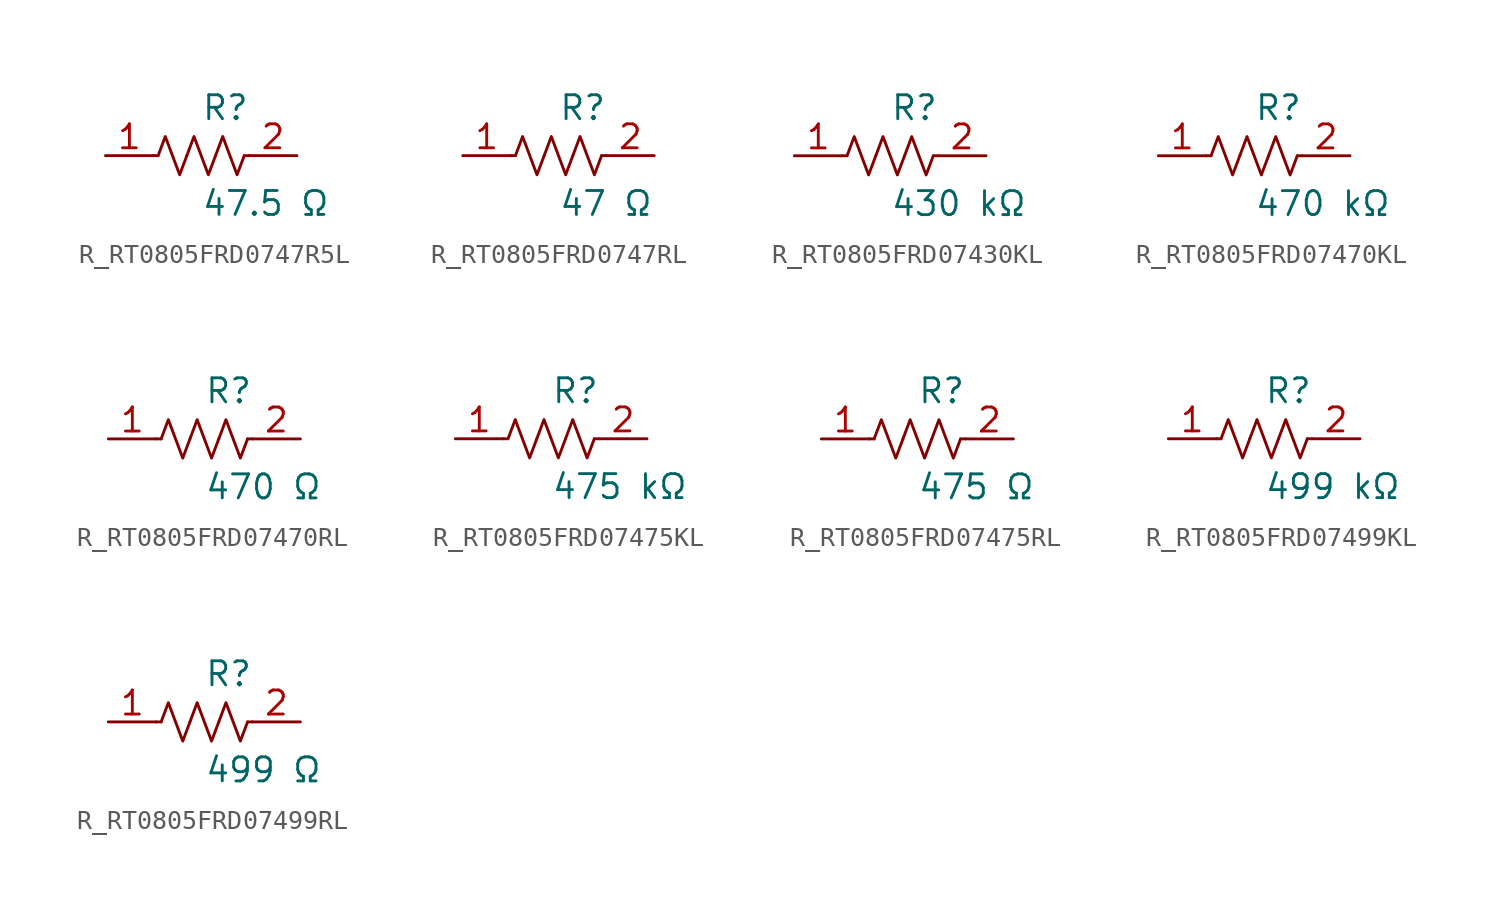
<source format=kicad_sym>
(kicad_symbol_lib
  (version 20231120)
  (generator kicad_symbol_editor)
  (generator_version 8.0)
  (symbol "R_RT0805FRD0747R5L"
    (pin_names
      (offset 0.254))
    (property "Reference" "R"
      (at 0 2.54 0)
      (effects (font (size 1.27 1.27)) (justify left)))
    (property "Value" "47.5 Ω"
      (at 0 -2.54 0)
      (effects (font (size 1.27 1.27)) (justify left)))
    (symbol "R_RT0805FRD0747R5L_0_1"
      (polyline (pts (xy 2.286 0) (xy 2.54 0)) (stroke (width 0) (type default)) (fill (type none)))
      (polyline (pts (xy -2.286 0) (xy -2.54 0)) (stroke (width 0) (type default)) (fill (type none)))
      (polyline (pts (xy 0.762 0) (xy 1.143 1.016) (xy 1.524 0) (xy 1.905 -1.016) (xy 2.286 0)) (stroke (width 0) (type default)) (fill (type none)))
      (polyline (pts (xy -0.762 0) (xy -0.381 1.016) (xy 0 0) (xy 0.381 -1.016) (xy 0.762 0)) (stroke (width 0) (type default)) (fill (type none)))
      (polyline (pts (xy -2.286 0) (xy -1.905 1.016) (xy -1.524 0) (xy -1.143 -1.016) (xy -0.762 0)) (stroke (width 0) (type default)) (fill (type none))))
    (pin unspecified line
      (at -5.08 0 0)
      (length 2.54)
      (name "" (effects (font (size 1.27 1.27))))
      (number "1" (effects (font (size 1.27 1.27)))))
    (pin unspecified line
      (at 5.08 0 180)
      (length 2.54)
      (name "" (effects (font (size 1.27 1.27))))
      (number "2" (effects (font (size 1.27 1.27))))))
  (symbol "R_RT0805FRD0747RL"
    (pin_names
      (offset 0.254))
    (property "Reference" "R"
      (at 0 2.54 0)
      (effects (font (size 1.27 1.27)) (justify left)))
    (property "Value" "47 Ω"
      (at 0 -2.54 0)
      (effects (font (size 1.27 1.27)) (justify left)))
    (symbol "R_RT0805FRD0747RL_0_1"
      (polyline (pts (xy 2.286 0) (xy 2.54 0)) (stroke (width 0) (type default)) (fill (type none)))
      (polyline (pts (xy -2.286 0) (xy -2.54 0)) (stroke (width 0) (type default)) (fill (type none)))
      (polyline (pts (xy 0.762 0) (xy 1.143 1.016) (xy 1.524 0) (xy 1.905 -1.016) (xy 2.286 0)) (stroke (width 0) (type default)) (fill (type none)))
      (polyline (pts (xy -0.762 0) (xy -0.381 1.016) (xy 0 0) (xy 0.381 -1.016) (xy 0.762 0)) (stroke (width 0) (type default)) (fill (type none)))
      (polyline (pts (xy -2.286 0) (xy -1.905 1.016) (xy -1.524 0) (xy -1.143 -1.016) (xy -0.762 0)) (stroke (width 0) (type default)) (fill (type none))))
    (pin unspecified line
      (at -5.08 0 0)
      (length 2.54)
      (name "" (effects (font (size 1.27 1.27))))
      (number "1" (effects (font (size 1.27 1.27)))))
    (pin unspecified line
      (at 5.08 0 180)
      (length 2.54)
      (name "" (effects (font (size 1.27 1.27))))
      (number "2" (effects (font (size 1.27 1.27))))))
  (symbol "R_RT0805FRD07430KL"
    (pin_names
      (offset 0.254))
    (property "Reference" "R"
      (at 0 2.54 0)
      (effects (font (size 1.27 1.27)) (justify left)))
    (property "Value" "430 kΩ"
      (at 0 -2.54 0)
      (effects (font (size 1.27 1.27)) (justify left)))
    (symbol "R_RT0805FRD07430KL_0_1"
      (polyline (pts (xy 2.286 0) (xy 2.54 0)) (stroke (width 0) (type default)) (fill (type none)))
      (polyline (pts (xy -2.286 0) (xy -2.54 0)) (stroke (width 0) (type default)) (fill (type none)))
      (polyline (pts (xy 0.762 0) (xy 1.143 1.016) (xy 1.524 0) (xy 1.905 -1.016) (xy 2.286 0)) (stroke (width 0) (type default)) (fill (type none)))
      (polyline (pts (xy -0.762 0) (xy -0.381 1.016) (xy 0 0) (xy 0.381 -1.016) (xy 0.762 0)) (stroke (width 0) (type default)) (fill (type none)))
      (polyline (pts (xy -2.286 0) (xy -1.905 1.016) (xy -1.524 0) (xy -1.143 -1.016) (xy -0.762 0)) (stroke (width 0) (type default)) (fill (type none))))
    (pin unspecified line
      (at -5.08 0 0)
      (length 2.54)
      (name "" (effects (font (size 1.27 1.27))))
      (number "1" (effects (font (size 1.27 1.27)))))
    (pin unspecified line
      (at 5.08 0 180)
      (length 2.54)
      (name "" (effects (font (size 1.27 1.27))))
      (number "2" (effects (font (size 1.27 1.27))))))
  (symbol "R_RT0805FRD07470KL"
    (pin_names
      (offset 0.254))
    (property "Reference" "R"
      (at 0 2.54 0)
      (effects (font (size 1.27 1.27)) (justify left)))
    (property "Value" "470 kΩ"
      (at 0 -2.54 0)
      (effects (font (size 1.27 1.27)) (justify left)))
    (symbol "R_RT0805FRD07470KL_0_1"
      (polyline (pts (xy 2.286 0) (xy 2.54 0)) (stroke (width 0) (type default)) (fill (type none)))
      (polyline (pts (xy -2.286 0) (xy -2.54 0)) (stroke (width 0) (type default)) (fill (type none)))
      (polyline (pts (xy 0.762 0) (xy 1.143 1.016) (xy 1.524 0) (xy 1.905 -1.016) (xy 2.286 0)) (stroke (width 0) (type default)) (fill (type none)))
      (polyline (pts (xy -0.762 0) (xy -0.381 1.016) (xy 0 0) (xy 0.381 -1.016) (xy 0.762 0)) (stroke (width 0) (type default)) (fill (type none)))
      (polyline (pts (xy -2.286 0) (xy -1.905 1.016) (xy -1.524 0) (xy -1.143 -1.016) (xy -0.762 0)) (stroke (width 0) (type default)) (fill (type none))))
    (pin unspecified line
      (at -5.08 0 0)
      (length 2.54)
      (name "" (effects (font (size 1.27 1.27))))
      (number "1" (effects (font (size 1.27 1.27)))))
    (pin unspecified line
      (at 5.08 0 180)
      (length 2.54)
      (name "" (effects (font (size 1.27 1.27))))
      (number "2" (effects (font (size 1.27 1.27))))))
  (symbol "R_RT0805FRD07470RL"
    (pin_names
      (offset 0.254))
    (property "Reference" "R"
      (at 0 2.54 0)
      (effects (font (size 1.27 1.27)) (justify left)))
    (property "Value" "470 Ω"
      (at 0 -2.54 0)
      (effects (font (size 1.27 1.27)) (justify left)))
    (symbol "R_RT0805FRD07470RL_0_1"
      (polyline (pts (xy 2.286 0) (xy 2.54 0)) (stroke (width 0) (type default)) (fill (type none)))
      (polyline (pts (xy -2.286 0) (xy -2.54 0)) (stroke (width 0) (type default)) (fill (type none)))
      (polyline (pts (xy 0.762 0) (xy 1.143 1.016) (xy 1.524 0) (xy 1.905 -1.016) (xy 2.286 0)) (stroke (width 0) (type default)) (fill (type none)))
      (polyline (pts (xy -0.762 0) (xy -0.381 1.016) (xy 0 0) (xy 0.381 -1.016) (xy 0.762 0)) (stroke (width 0) (type default)) (fill (type none)))
      (polyline (pts (xy -2.286 0) (xy -1.905 1.016) (xy -1.524 0) (xy -1.143 -1.016) (xy -0.762 0)) (stroke (width 0) (type default)) (fill (type none))))
    (pin unspecified line
      (at -5.08 0 0)
      (length 2.54)
      (name "" (effects (font (size 1.27 1.27))))
      (number "1" (effects (font (size 1.27 1.27)))))
    (pin unspecified line
      (at 5.08 0 180)
      (length 2.54)
      (name "" (effects (font (size 1.27 1.27))))
      (number "2" (effects (font (size 1.27 1.27))))))
  (symbol "R_RT0805FRD07475KL"
    (pin_names
      (offset 0.254))
    (property "Reference" "R"
      (at 0 2.54 0)
      (effects (font (size 1.27 1.27)) (justify left)))
    (property "Value" "475 kΩ"
      (at 0 -2.54 0)
      (effects (font (size 1.27 1.27)) (justify left)))
    (symbol "R_RT0805FRD07475KL_0_1"
      (polyline (pts (xy 2.286 0) (xy 2.54 0)) (stroke (width 0) (type default)) (fill (type none)))
      (polyline (pts (xy -2.286 0) (xy -2.54 0)) (stroke (width 0) (type default)) (fill (type none)))
      (polyline (pts (xy 0.762 0) (xy 1.143 1.016) (xy 1.524 0) (xy 1.905 -1.016) (xy 2.286 0)) (stroke (width 0) (type default)) (fill (type none)))
      (polyline (pts (xy -0.762 0) (xy -0.381 1.016) (xy 0 0) (xy 0.381 -1.016) (xy 0.762 0)) (stroke (width 0) (type default)) (fill (type none)))
      (polyline (pts (xy -2.286 0) (xy -1.905 1.016) (xy -1.524 0) (xy -1.143 -1.016) (xy -0.762 0)) (stroke (width 0) (type default)) (fill (type none))))
    (pin unspecified line
      (at -5.08 0 0)
      (length 2.54)
      (name "" (effects (font (size 1.27 1.27))))
      (number "1" (effects (font (size 1.27 1.27)))))
    (pin unspecified line
      (at 5.08 0 180)
      (length 2.54)
      (name "" (effects (font (size 1.27 1.27))))
      (number "2" (effects (font (size 1.27 1.27))))))
  (symbol "R_RT0805FRD07475RL"
    (pin_names
      (offset 0.254))
    (property "Reference" "R"
      (at 0 2.54 0)
      (effects (font (size 1.27 1.27)) (justify left)))
    (property "Value" "475 Ω"
      (at 0 -2.54 0)
      (effects (font (size 1.27 1.27)) (justify left)))
    (symbol "R_RT0805FRD07475RL_0_1"
      (polyline (pts (xy 2.286 0) (xy 2.54 0)) (stroke (width 0) (type default)) (fill (type none)))
      (polyline (pts (xy -2.286 0) (xy -2.54 0)) (stroke (width 0) (type default)) (fill (type none)))
      (polyline (pts (xy 0.762 0) (xy 1.143 1.016) (xy 1.524 0) (xy 1.905 -1.016) (xy 2.286 0)) (stroke (width 0) (type default)) (fill (type none)))
      (polyline (pts (xy -0.762 0) (xy -0.381 1.016) (xy 0 0) (xy 0.381 -1.016) (xy 0.762 0)) (stroke (width 0) (type default)) (fill (type none)))
      (polyline (pts (xy -2.286 0) (xy -1.905 1.016) (xy -1.524 0) (xy -1.143 -1.016) (xy -0.762 0)) (stroke (width 0) (type default)) (fill (type none))))
    (pin unspecified line
      (at -5.08 0 0)
      (length 2.54)
      (name "" (effects (font (size 1.27 1.27))))
      (number "1" (effects (font (size 1.27 1.27)))))
    (pin unspecified line
      (at 5.08 0 180)
      (length 2.54)
      (name "" (effects (font (size 1.27 1.27))))
      (number "2" (effects (font (size 1.27 1.27))))))
  (symbol "R_RT0805FRD07499KL"
    (pin_names
      (offset 0.254))
    (property "Reference" "R"
      (at 0 2.54 0)
      (effects (font (size 1.27 1.27)) (justify left)))
    (property "Value" "499 kΩ"
      (at 0 -2.54 0)
      (effects (font (size 1.27 1.27)) (justify left)))
    (symbol "R_RT0805FRD07499KL_0_1"
      (polyline (pts (xy 2.286 0) (xy 2.54 0)) (stroke (width 0) (type default)) (fill (type none)))
      (polyline (pts (xy -2.286 0) (xy -2.54 0)) (stroke (width 0) (type default)) (fill (type none)))
      (polyline (pts (xy 0.762 0) (xy 1.143 1.016) (xy 1.524 0) (xy 1.905 -1.016) (xy 2.286 0)) (stroke (width 0) (type default)) (fill (type none)))
      (polyline (pts (xy -0.762 0) (xy -0.381 1.016) (xy 0 0) (xy 0.381 -1.016) (xy 0.762 0)) (stroke (width 0) (type default)) (fill (type none)))
      (polyline (pts (xy -2.286 0) (xy -1.905 1.016) (xy -1.524 0) (xy -1.143 -1.016) (xy -0.762 0)) (stroke (width 0) (type default)) (fill (type none))))
    (pin unspecified line
      (at -5.08 0 0)
      (length 2.54)
      (name "" (effects (font (size 1.27 1.27))))
      (number "1" (effects (font (size 1.27 1.27)))))
    (pin unspecified line
      (at 5.08 0 180)
      (length 2.54)
      (name "" (effects (font (size 1.27 1.27))))
      (number "2" (effects (font (size 1.27 1.27))))))
  (symbol "R_RT0805FRD07499RL"
    (pin_names
      (offset 0.254))
    (property "Reference" "R"
      (at 0 2.54 0)
      (effects (font (size 1.27 1.27)) (justify left)))
    (property "Value" "499 Ω"
      (at 0 -2.54 0)
      (effects (font (size 1.27 1.27)) (justify left)))
    (symbol "R_RT0805FRD07499RL_0_1"
      (polyline (pts (xy 2.286 0) (xy 2.54 0)) (stroke (width 0) (type default)) (fill (type none)))
      (polyline (pts (xy -2.286 0) (xy -2.54 0)) (stroke (width 0) (type default)) (fill (type none)))
      (polyline (pts (xy 0.762 0) (xy 1.143 1.016) (xy 1.524 0) (xy 1.905 -1.016) (xy 2.286 0)) (stroke (width 0) (type default)) (fill (type none)))
      (polyline (pts (xy -0.762 0) (xy -0.381 1.016) (xy 0 0) (xy 0.381 -1.016) (xy 0.762 0)) (stroke (width 0) (type default)) (fill (type none)))
      (polyline (pts (xy -2.286 0) (xy -1.905 1.016) (xy -1.524 0) (xy -1.143 -1.016) (xy -0.762 0)) (stroke (width 0) (type default)) (fill (type none))))
    (pin unspecified line
      (at -5.08 0 0)
      (length 2.54)
      (name "" (effects (font (size 1.27 1.27))))
      (number "1" (effects (font (size 1.27 1.27)))))
    (pin unspecified line
      (at 5.08 0 180)
      (length 2.54)
      (name "" (effects (font (size 1.27 1.27))))
      (number "2" (effects (font (size 1.27 1.27)))))))
</source>
